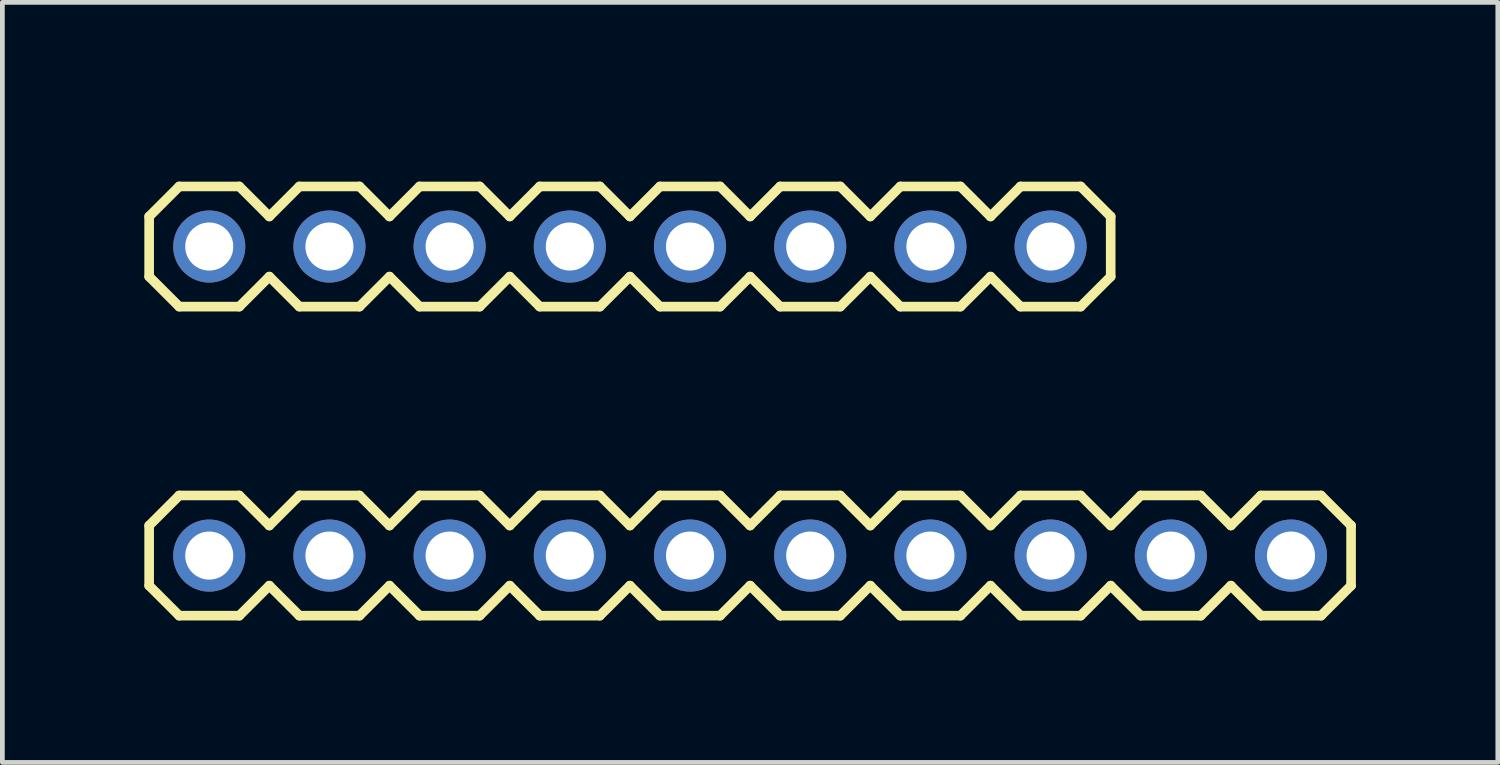
<source format=kicad_pcb>
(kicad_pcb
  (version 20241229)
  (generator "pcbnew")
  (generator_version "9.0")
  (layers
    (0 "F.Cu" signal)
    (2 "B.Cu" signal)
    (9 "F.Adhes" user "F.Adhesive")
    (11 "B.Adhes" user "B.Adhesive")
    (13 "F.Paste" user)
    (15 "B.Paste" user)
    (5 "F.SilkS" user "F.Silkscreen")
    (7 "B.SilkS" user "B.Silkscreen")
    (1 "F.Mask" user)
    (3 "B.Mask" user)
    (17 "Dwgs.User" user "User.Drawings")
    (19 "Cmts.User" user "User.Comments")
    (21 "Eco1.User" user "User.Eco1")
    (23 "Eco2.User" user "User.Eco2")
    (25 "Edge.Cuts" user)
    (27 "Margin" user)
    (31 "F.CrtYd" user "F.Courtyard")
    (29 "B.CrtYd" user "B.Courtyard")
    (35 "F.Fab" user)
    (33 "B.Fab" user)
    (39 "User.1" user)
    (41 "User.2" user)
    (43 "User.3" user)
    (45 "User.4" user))
  (footprint "1X08"
    (layer "F.Cu")
    (at 1.372 2.16)
    (property "Reference" "1X08" (at 1.194 -1.194 0) (layer "Eco1.User") (effects (font (size 1.27 1.27) (thickness 0.127))))
    (attr through_hole)
    (fp_line (start -1.27 -0.635) (end -1.27 0.635) (stroke (width 0.203) (type solid)) (layer "F.SilkS"))
    (fp_line (start -1.27 0.635) (end -0.635 1.27) (stroke (width 0.203) (type solid)) (layer "F.SilkS"))
    (fp_line (start -0.635 -1.27) (end -1.27 -0.635) (stroke (width 0.203) (type solid)) (layer "F.SilkS"))
    (fp_line (start -0.635 -1.27) (end 0.635 -1.27) (stroke (width 0.203) (type solid)) (layer "F.SilkS"))
    (fp_line (start 0.635 -1.27) (end 1.27 -0.635) (stroke (width 0.203) (type solid)) (layer "F.SilkS"))
    (fp_line (start 0.635 1.27) (end -0.635 1.27) (stroke (width 0.203) (type solid)) (layer "F.SilkS"))
    (fp_line (start 1.27 -0.635) (end 1.905 -1.27) (stroke (width 0.203) (type solid)) (layer "F.SilkS"))
    (fp_line (start 1.27 0.635) (end 0.635 1.27) (stroke (width 0.203) (type solid)) (layer "F.SilkS"))
    (fp_line (start 1.905 -1.27) (end 3.175 -1.27) (stroke (width 0.203) (type solid)) (layer "F.SilkS"))
    (fp_line (start 1.905 1.27) (end 1.27 0.635) (stroke (width 0.203) (type solid)) (layer "F.SilkS"))
    (fp_line (start 3.175 -1.27) (end 3.81 -0.635) (stroke (width 0.203) (type solid)) (layer "F.SilkS"))
    (fp_line (start 3.175 1.27) (end 1.905 1.27) (stroke (width 0.203) (type solid)) (layer "F.SilkS"))
    (fp_line (start 3.81 -0.635) (end 4.445 -1.27) (stroke (width 0.203) (type solid)) (layer "F.SilkS"))
    (fp_line (start 3.81 0.635) (end 3.175 1.27) (stroke (width 0.203) (type solid)) (layer "F.SilkS"))
    (fp_line (start 4.445 -1.27) (end 5.715 -1.27) (stroke (width 0.203) (type solid)) (layer "F.SilkS"))
    (fp_line (start 4.445 1.27) (end 3.81 0.635) (stroke (width 0.203) (type solid)) (layer "F.SilkS"))
    (fp_line (start 5.715 -1.27) (end 6.35 -0.635) (stroke (width 0.203) (type solid)) (layer "F.SilkS"))
    (fp_line (start 5.715 1.27) (end 4.445 1.27) (stroke (width 0.203) (type solid)) (layer "F.SilkS"))
    (fp_line (start 6.35 0.635) (end 5.715 1.27) (stroke (width 0.203) (type solid)) (layer "F.SilkS"))
    (fp_line (start 6.35 0.635) (end 6.985 1.27) (stroke (width 0.203) (type solid)) (layer "F.SilkS"))
    (fp_line (start 6.985 -1.27) (end 6.35 -0.635) (stroke (width 0.203) (type solid)) (layer "F.SilkS"))
    (fp_line (start 6.985 -1.27) (end 8.255 -1.27) (stroke (width 0.203) (type solid)) (layer "F.SilkS"))
    (fp_line (start 8.255 -1.27) (end 8.89 -0.635) (stroke (width 0.203) (type solid)) (layer "F.SilkS"))
    (fp_line (start 8.255 1.27) (end 6.985 1.27) (stroke (width 0.203) (type solid)) (layer "F.SilkS"))
    (fp_line (start 8.89 -0.635) (end 9.525 -1.27) (stroke (width 0.203) (type solid)) (layer "F.SilkS"))
    (fp_line (start 8.89 0.635) (end 8.255 1.27) (stroke (width 0.203) (type solid)) (layer "F.SilkS"))
    (fp_line (start 9.525 -1.27) (end 10.795 -1.27) (stroke (width 0.203) (type solid)) (layer "F.SilkS"))
    (fp_line (start 9.525 1.27) (end 8.89 0.635) (stroke (width 0.203) (type solid)) (layer "F.SilkS"))
    (fp_line (start 10.795 -1.27) (end 11.43 -0.635) (stroke (width 0.203) (type solid)) (layer "F.SilkS"))
    (fp_line (start 10.795 1.27) (end 9.525 1.27) (stroke (width 0.203) (type solid)) (layer "F.SilkS"))
    (fp_line (start 11.43 -0.635) (end 12.065 -1.27) (stroke (width 0.203) (type solid)) (layer "F.SilkS"))
    (fp_line (start 11.43 0.635) (end 10.795 1.27) (stroke (width 0.203) (type solid)) (layer "F.SilkS"))
    (fp_line (start 12.065 -1.27) (end 13.335 -1.27) (stroke (width 0.203) (type solid)) (layer "F.SilkS"))
    (fp_line (start 12.065 1.27) (end 11.43 0.635) (stroke (width 0.203) (type solid)) (layer "F.SilkS"))
    (fp_line (start 13.335 -1.27) (end 13.97 -0.635) (stroke (width 0.203) (type solid)) (layer "F.SilkS"))
    (fp_line (start 13.335 1.27) (end 12.065 1.27) (stroke (width 0.203) (type solid)) (layer "F.SilkS"))
    (fp_line (start 13.97 0.635) (end 13.335 1.27) (stroke (width 0.203) (type solid)) (layer "F.SilkS"))
    (fp_line (start 13.97 0.635) (end 14.605 1.27) (stroke (width 0.203) (type solid)) (layer "F.SilkS"))
    (fp_line (start 14.605 -1.27) (end 13.97 -0.635) (stroke (width 0.203) (type solid)) (layer "F.SilkS"))
    (fp_line (start 14.605 -1.27) (end 15.875 -1.27) (stroke (width 0.203) (type solid)) (layer "F.SilkS"))
    (fp_line (start 15.875 -1.27) (end 16.51 -0.635) (stroke (width 0.203) (type solid)) (layer "F.SilkS"))
    (fp_line (start 15.875 1.27) (end 14.605 1.27) (stroke (width 0.203) (type solid)) (layer "F.SilkS"))
    (fp_line (start 16.51 0.635) (end 15.875 1.27) (stroke (width 0.203) (type solid)) (layer "F.SilkS"))
    (fp_line (start 16.51 0.635) (end 17.145 1.27) (stroke (width 0.203) (type solid)) (layer "F.SilkS"))
    (fp_line (start 17.145 -1.27) (end 16.51 -0.635) (stroke (width 0.203) (type solid)) (layer "F.SilkS"))
    (fp_line (start 17.145 -1.27) (end 18.415 -1.27) (stroke (width 0.203) (type solid)) (layer "F.SilkS"))
    (fp_line (start 18.415 -1.27) (end 19.05 -0.635) (stroke (width 0.203) (type solid)) (layer "F.SilkS"))
    (fp_line (start 18.415 1.27) (end 17.145 1.27) (stroke (width 0.203) (type solid)) (layer "F.SilkS"))
    (fp_line (start 19.05 -0.635) (end 19.05 0.635) (stroke (width 0.203) (type solid)) (layer "F.SilkS"))
    (fp_line (start 19.05 0.635) (end 18.415 1.27) (stroke (width 0.203) (type solid)) (layer "F.SilkS"))
    (pad "1" thru_hole oval (at 0 0 90) (size 1.524 1.524) (drill 1.016) (layers "*.Cu" "*.Mask"))
    (pad "2" thru_hole oval (at 2.54 0 90) (size 1.524 1.524) (drill 1.016) (layers "*.Cu" "*.Mask"))
    (pad "3" thru_hole oval (at 5.08 0 90) (size 1.524 1.524) (drill 1.016) (layers "*.Cu" "*.Mask"))
    (pad "4" thru_hole oval (at 7.62 0 90) (size 1.524 1.524) (drill 1.016) (layers "*.Cu" "*.Mask"))
    (pad "5" thru_hole oval (at 10.16 0 90) (size 1.524 1.524) (drill 1.016) (layers "*.Cu" "*.Mask"))
    (pad "6" thru_hole oval (at 12.7 0 90) (size 1.524 1.524) (drill 1.016) (layers "*.Cu" "*.Mask"))
    (pad "7" thru_hole oval (at 15.24 0 90) (size 1.524 1.524) (drill 1.016) (layers "*.Cu" "*.Mask"))
    (pad "8" thru_hole oval (at 17.78 0 90) (size 1.524 1.524) (drill 1.016) (layers "*.Cu" "*.Mask")))
  (footprint "1X10"
    (layer "F.Cu")
    (at 1.372 8.691)
    (property "Reference" "1X10" (at 1.194 -1.194 0) (layer "Eco1.User") (effects (font (size 1.27 1.27) (thickness 0.127))))
    (attr through_hole)
    (fp_line (start -1.27 -0.635) (end -1.27 0.635) (stroke (width 0.203) (type solid)) (layer "F.SilkS"))
    (fp_line (start -1.27 0.635) (end -0.635 1.27) (stroke (width 0.203) (type solid)) (layer "F.SilkS"))
    (fp_line (start -0.635 -1.27) (end -1.27 -0.635) (stroke (width 0.203) (type solid)) (layer "F.SilkS"))
    (fp_line (start -0.635 -1.27) (end 0.635 -1.27) (stroke (width 0.203) (type solid)) (layer "F.SilkS"))
    (fp_line (start 0.635 -1.27) (end 1.27 -0.635) (stroke (width 0.203) (type solid)) (layer "F.SilkS"))
    (fp_line (start 0.635 1.27) (end -0.635 1.27) (stroke (width 0.203) (type solid)) (layer "F.SilkS"))
    (fp_line (start 1.27 -0.635) (end 1.905 -1.27) (stroke (width 0.203) (type solid)) (layer "F.SilkS"))
    (fp_line (start 1.27 0.635) (end 0.635 1.27) (stroke (width 0.203) (type solid)) (layer "F.SilkS"))
    (fp_line (start 1.905 -1.27) (end 3.175 -1.27) (stroke (width 0.203) (type solid)) (layer "F.SilkS"))
    (fp_line (start 1.905 1.27) (end 1.27 0.635) (stroke (width 0.203) (type solid)) (layer "F.SilkS"))
    (fp_line (start 3.175 -1.27) (end 3.81 -0.635) (stroke (width 0.203) (type solid)) (layer "F.SilkS"))
    (fp_line (start 3.175 1.27) (end 1.905 1.27) (stroke (width 0.203) (type solid)) (layer "F.SilkS"))
    (fp_line (start 3.81 -0.635) (end 4.445 -1.27) (stroke (width 0.203) (type solid)) (layer "F.SilkS"))
    (fp_line (start 3.81 0.635) (end 3.175 1.27) (stroke (width 0.203) (type solid)) (layer "F.SilkS"))
    (fp_line (start 4.445 -1.27) (end 5.715 -1.27) (stroke (width 0.203) (type solid)) (layer "F.SilkS"))
    (fp_line (start 4.445 1.27) (end 3.81 0.635) (stroke (width 0.203) (type solid)) (layer "F.SilkS"))
    (fp_line (start 5.715 -1.27) (end 6.35 -0.635) (stroke (width 0.203) (type solid)) (layer "F.SilkS"))
    (fp_line (start 5.715 1.27) (end 4.445 1.27) (stroke (width 0.203) (type solid)) (layer "F.SilkS"))
    (fp_line (start 6.35 0.635) (end 5.715 1.27) (stroke (width 0.203) (type solid)) (layer "F.SilkS"))
    (fp_line (start 6.35 0.635) (end 6.985 1.27) (stroke (width 0.203) (type solid)) (layer "F.SilkS"))
    (fp_line (start 6.985 -1.27) (end 6.35 -0.635) (stroke (width 0.203) (type solid)) (layer "F.SilkS"))
    (fp_line (start 6.985 -1.27) (end 8.255 -1.27) (stroke (width 0.203) (type solid)) (layer "F.SilkS"))
    (fp_line (start 8.255 -1.27) (end 8.89 -0.635) (stroke (width 0.203) (type solid)) (layer "F.SilkS"))
    (fp_line (start 8.255 1.27) (end 6.985 1.27) (stroke (width 0.203) (type solid)) (layer "F.SilkS"))
    (fp_line (start 8.89 -0.635) (end 9.525 -1.27) (stroke (width 0.203) (type solid)) (layer "F.SilkS"))
    (fp_line (start 8.89 0.635) (end 8.255 1.27) (stroke (width 0.203) (type solid)) (layer "F.SilkS"))
    (fp_line (start 9.525 -1.27) (end 10.795 -1.27) (stroke (width 0.203) (type solid)) (layer "F.SilkS"))
    (fp_line (start 9.525 1.27) (end 8.89 0.635) (stroke (width 0.203) (type solid)) (layer "F.SilkS"))
    (fp_line (start 10.795 -1.27) (end 11.43 -0.635) (stroke (width 0.203) (type solid)) (layer "F.SilkS"))
    (fp_line (start 10.795 1.27) (end 9.525 1.27) (stroke (width 0.203) (type solid)) (layer "F.SilkS"))
    (fp_line (start 11.43 -0.635) (end 12.065 -1.27) (stroke (width 0.203) (type solid)) (layer "F.SilkS"))
    (fp_line (start 11.43 0.635) (end 10.795 1.27) (stroke (width 0.203) (type solid)) (layer "F.SilkS"))
    (fp_line (start 12.065 -1.27) (end 13.335 -1.27) (stroke (width 0.203) (type solid)) (layer "F.SilkS"))
    (fp_line (start 12.065 1.27) (end 11.43 0.635) (stroke (width 0.203) (type solid)) (layer "F.SilkS"))
    (fp_line (start 13.335 -1.27) (end 13.97 -0.635) (stroke (width 0.203) (type solid)) (layer "F.SilkS"))
    (fp_line (start 13.335 1.27) (end 12.065 1.27) (stroke (width 0.203) (type solid)) (layer "F.SilkS"))
    (fp_line (start 13.97 0.635) (end 13.335 1.27) (stroke (width 0.203) (type solid)) (layer "F.SilkS"))
    (fp_line (start 13.97 0.635) (end 14.605 1.27) (stroke (width 0.203) (type solid)) (layer "F.SilkS"))
    (fp_line (start 14.605 -1.27) (end 13.97 -0.635) (stroke (width 0.203) (type solid)) (layer "F.SilkS"))
    (fp_line (start 14.605 -1.27) (end 15.875 -1.27) (stroke (width 0.203) (type solid)) (layer "F.SilkS"))
    (fp_line (start 15.875 -1.27) (end 16.51 -0.635) (stroke (width 0.203) (type solid)) (layer "F.SilkS"))
    (fp_line (start 15.875 1.27) (end 14.605 1.27) (stroke (width 0.203) (type solid)) (layer "F.SilkS"))
    (fp_line (start 16.51 0.635) (end 15.875 1.27) (stroke (width 0.203) (type solid)) (layer "F.SilkS"))
    (fp_line (start 16.51 0.635) (end 17.145 1.27) (stroke (width 0.203) (type solid)) (layer "F.SilkS"))
    (fp_line (start 17.145 -1.27) (end 16.51 -0.635) (stroke (width 0.203) (type solid)) (layer "F.SilkS"))
    (fp_line (start 17.145 -1.27) (end 18.415 -1.27) (stroke (width 0.203) (type solid)) (layer "F.SilkS"))
    (fp_line (start 18.415 -1.27) (end 19.05 -0.635) (stroke (width 0.203) (type solid)) (layer "F.SilkS"))
    (fp_line (start 18.415 1.27) (end 17.145 1.27) (stroke (width 0.203) (type solid)) (layer "F.SilkS"))
    (fp_line (start 19.05 -0.635) (end 19.685 -1.27) (stroke (width 0.203) (type solid)) (layer "F.SilkS"))
    (fp_line (start 19.05 0.635) (end 18.415 1.27) (stroke (width 0.203) (type solid)) (layer "F.SilkS"))
    (fp_line (start 19.685 -1.27) (end 20.955 -1.27) (stroke (width 0.203) (type solid)) (layer "F.SilkS"))
    (fp_line (start 19.685 1.27) (end 19.05 0.635) (stroke (width 0.203) (type solid)) (layer "F.SilkS"))
    (fp_line (start 20.955 -1.27) (end 21.59 -0.635) (stroke (width 0.203) (type solid)) (layer "F.SilkS"))
    (fp_line (start 20.955 1.27) (end 19.685 1.27) (stroke (width 0.203) (type solid)) (layer "F.SilkS"))
    (fp_line (start 21.59 -0.635) (end 22.225 -1.27) (stroke (width 0.203) (type solid)) (layer "F.SilkS"))
    (fp_line (start 21.59 0.635) (end 20.955 1.27) (stroke (width 0.203) (type solid)) (layer "F.SilkS"))
    (fp_line (start 22.225 -1.27) (end 23.495 -1.27) (stroke (width 0.203) (type solid)) (layer "F.SilkS"))
    (fp_line (start 22.225 1.27) (end 21.59 0.635) (stroke (width 0.203) (type solid)) (layer "F.SilkS"))
    (fp_line (start 23.495 -1.27) (end 24.13 -0.635) (stroke (width 0.203) (type solid)) (layer "F.SilkS"))
    (fp_line (start 23.495 1.27) (end 22.225 1.27) (stroke (width 0.203) (type solid)) (layer "F.SilkS"))
    (fp_line (start 24.13 -0.635) (end 24.13 0.635) (stroke (width 0.203) (type solid)) (layer "F.SilkS"))
    (fp_line (start 24.13 0.635) (end 23.495 1.27) (stroke (width 0.203) (type solid)) (layer "F.SilkS"))
    (pad "1" thru_hole oval (at 0 0 90) (size 1.524 1.524) (drill 1.016) (layers "*.Cu" "*.Mask"))
    (pad "2" thru_hole oval (at 2.54 0 90) (size 1.524 1.524) (drill 1.016) (layers "*.Cu" "*.Mask"))
    (pad "3" thru_hole oval (at 5.08 0 90) (size 1.524 1.524) (drill 1.016) (layers "*.Cu" "*.Mask"))
    (pad "4" thru_hole oval (at 7.62 0 90) (size 1.524 1.524) (drill 1.016) (layers "*.Cu" "*.Mask"))
    (pad "5" thru_hole oval (at 10.16 0 90) (size 1.524 1.524) (drill 1.016) (layers "*.Cu" "*.Mask"))
    (pad "6" thru_hole oval (at 12.7 0 90) (size 1.524 1.524) (drill 1.016) (layers "*.Cu" "*.Mask"))
    (pad "7" thru_hole oval (at 15.24 0 90) (size 1.524 1.524) (drill 1.016) (layers "*.Cu" "*.Mask"))
    (pad "8" thru_hole oval (at 17.78 0 90) (size 1.524 1.524) (drill 1.016) (layers "*.Cu" "*.Mask"))
    (pad "9" thru_hole oval (at 20.32 0 90) (size 1.524 1.524) (drill 1.016) (layers "*.Cu" "*.Mask"))
    (pad "10" thru_hole oval (at 22.86 0 90) (size 1.524 1.524) (drill 1.016) (layers "*.Cu" "*.Mask")))
  (gr_rect
    (start -3 -3)
    (end 28.603 13.062)
    (stroke (width 0.1) (type default))
    (fill no)
    (layer "Edge.Cuts")))
</source>
